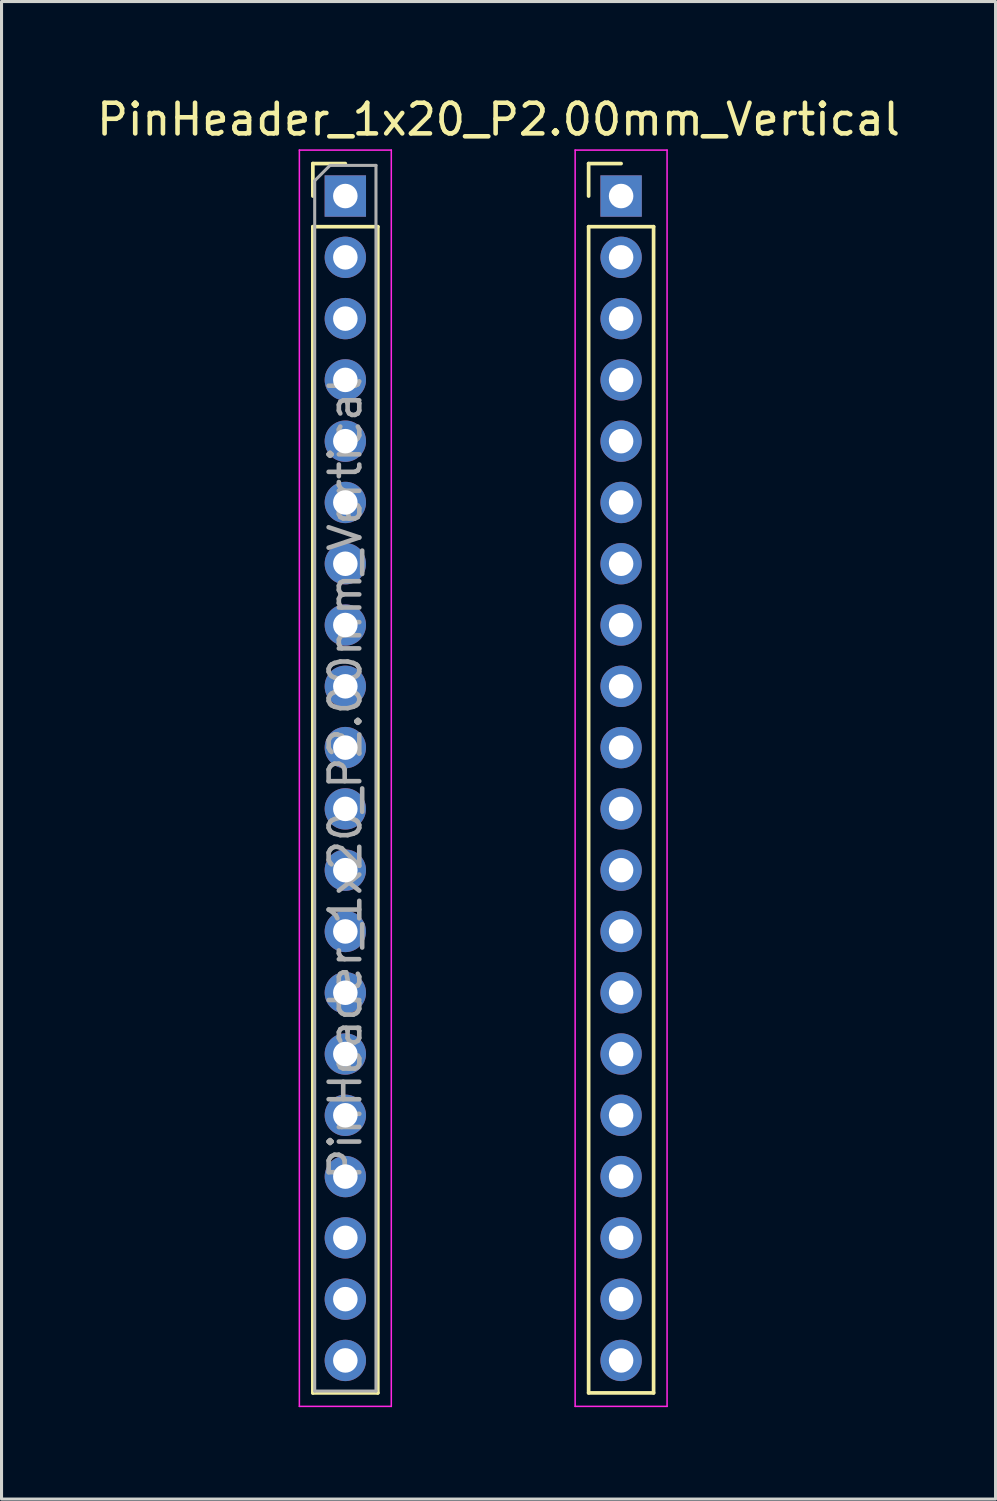
<source format=kicad_pcb>
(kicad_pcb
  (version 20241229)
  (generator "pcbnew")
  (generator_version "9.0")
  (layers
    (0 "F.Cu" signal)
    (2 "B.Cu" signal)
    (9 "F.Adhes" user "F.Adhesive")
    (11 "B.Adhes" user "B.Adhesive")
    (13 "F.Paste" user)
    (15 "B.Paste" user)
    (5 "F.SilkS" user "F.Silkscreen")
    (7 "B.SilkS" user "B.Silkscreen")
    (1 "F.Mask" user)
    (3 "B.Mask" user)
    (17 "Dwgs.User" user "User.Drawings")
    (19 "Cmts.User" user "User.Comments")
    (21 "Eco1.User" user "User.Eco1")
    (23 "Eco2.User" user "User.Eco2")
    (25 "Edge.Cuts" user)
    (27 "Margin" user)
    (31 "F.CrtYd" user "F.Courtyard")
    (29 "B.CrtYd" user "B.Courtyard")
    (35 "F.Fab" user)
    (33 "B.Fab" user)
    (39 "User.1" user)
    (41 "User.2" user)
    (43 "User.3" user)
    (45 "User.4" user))
  (footprint "PinHeader_1x20_P2.00mm_Vertical"
    (layer "F.Cu")
    (at 8.22 3.348)
    (property "Reference" "PinHeader_1x20_P2.00mm_Vertical" (at 5 -2.5 0) (layer "F.SilkS") (effects (font (size 1 1) (thickness 0.15))))
    (attr through_hole)
    (fp_line (start -1.06 -1.06) (end 0 -1.06) (stroke (width 0.12) (type solid)) (layer "F.SilkS"))
    (fp_line (start -1.06 0) (end -1.06 -1.06) (stroke (width 0.12) (type solid)) (layer "F.SilkS"))
    (fp_line (start -1.06 1) (end -1.06 39.06) (stroke (width 0.12) (type solid)) (layer "F.SilkS"))
    (fp_line (start -1.06 1) (end 1.06 1) (stroke (width 0.12) (type solid)) (layer "F.SilkS"))
    (fp_line (start -1.06 39.06) (end 1.06 39.06) (stroke (width 0.12) (type solid)) (layer "F.SilkS"))
    (fp_line (start 1.06 1) (end 1.06 39.06) (stroke (width 0.12) (type solid)) (layer "F.SilkS"))
    (fp_line (start 7.94 -1.06) (end 9 -1.06) (stroke (width 0.12) (type solid)) (layer "F.SilkS"))
    (fp_line (start 7.94 0) (end 7.94 -1.06) (stroke (width 0.12) (type solid)) (layer "F.SilkS"))
    (fp_line (start 7.94 1) (end 7.94 39.06) (stroke (width 0.12) (type solid)) (layer "F.SilkS"))
    (fp_line (start 7.94 1) (end 10.06 1) (stroke (width 0.12) (type solid)) (layer "F.SilkS"))
    (fp_line (start 7.94 39.06) (end 10.06 39.06) (stroke (width 0.12) (type solid)) (layer "F.SilkS"))
    (fp_line (start 10.06 1) (end 10.06 39.06) (stroke (width 0.12) (type solid)) (layer "F.SilkS"))
    (fp_line (start -1.5 -1.5) (end -1.5 39.5) (stroke (width 0.05) (type solid)) (layer "F.CrtYd"))
    (fp_line (start -1.5 39.5) (end 1.5 39.5) (stroke (width 0.05) (type solid)) (layer "F.CrtYd"))
    (fp_line (start 1.5 -1.5) (end -1.5 -1.5) (stroke (width 0.05) (type solid)) (layer "F.CrtYd"))
    (fp_line (start 1.5 39.5) (end 1.5 -1.5) (stroke (width 0.05) (type solid)) (layer "F.CrtYd"))
    (fp_line (start 7.5 -1.5) (end 7.5 39.5) (stroke (width 0.05) (type solid)) (layer "F.CrtYd"))
    (fp_line (start 7.5 39.5) (end 10.5 39.5) (stroke (width 0.05) (type solid)) (layer "F.CrtYd"))
    (fp_line (start 10.5 -1.5) (end 7.5 -1.5) (stroke (width 0.05) (type solid)) (layer "F.CrtYd"))
    (fp_line (start 10.5 39.5) (end 10.5 -1.5) (stroke (width 0.05) (type solid)) (layer "F.CrtYd"))
    (fp_line (start -1 -0.5) (end -0.5 -1) (stroke (width 0.1) (type solid)) (layer "F.Fab"))
    (fp_line (start -1 39) (end -1 -0.5) (stroke (width 0.1) (type solid)) (layer "F.Fab"))
    (fp_line (start -0.5 -1) (end 1 -1) (stroke (width 0.1) (type solid)) (layer "F.Fab"))
    (fp_line (start 1 -1) (end 1 39) (stroke (width 0.1) (type solid)) (layer "F.Fab"))
    (fp_line (start 1 39) (end -1 39) (stroke (width 0.1) (type solid)) (layer "F.Fab"))
    (fp_text user "${REFERENCE}" (at 0 19 90) (layer "F.Fab") (effects (font (size 1 1) (thickness 0.15))))
    (pad "1" thru_hole rect (at 0 0) (size 1.35 1.35) (drill 0.8) (layers "*.Cu" "*.Mask"))
    (pad "1" thru_hole rect (at 9 0) (size 1.35 1.35) (drill 0.8) (layers "*.Cu" "*.Mask"))
    (pad "2" thru_hole oval (at 0 2) (size 1.35 1.35) (drill 0.8) (layers "*.Cu" "*.Mask"))
    (pad "2" thru_hole oval (at 9 2) (size 1.35 1.35) (drill 0.8) (layers "*.Cu" "*.Mask"))
    (pad "3" thru_hole oval (at 0 4) (size 1.35 1.35) (drill 0.8) (layers "*.Cu" "*.Mask"))
    (pad "3" thru_hole oval (at 9 4) (size 1.35 1.35) (drill 0.8) (layers "*.Cu" "*.Mask"))
    (pad "4" thru_hole oval (at 0 6) (size 1.35 1.35) (drill 0.8) (layers "*.Cu" "*.Mask"))
    (pad "4" thru_hole oval (at 9 6) (size 1.35 1.35) (drill 0.8) (layers "*.Cu" "*.Mask"))
    (pad "5" thru_hole oval (at 0 8) (size 1.35 1.35) (drill 0.8) (layers "*.Cu" "*.Mask"))
    (pad "5" thru_hole oval (at 9 8) (size 1.35 1.35) (drill 0.8) (layers "*.Cu" "*.Mask"))
    (pad "6" thru_hole oval (at 0 10) (size 1.35 1.35) (drill 0.8) (layers "*.Cu" "*.Mask"))
    (pad "6" thru_hole oval (at 9 10) (size 1.35 1.35) (drill 0.8) (layers "*.Cu" "*.Mask"))
    (pad "7" thru_hole oval (at 0 12) (size 1.35 1.35) (drill 0.8) (layers "*.Cu" "*.Mask"))
    (pad "7" thru_hole oval (at 9 12) (size 1.35 1.35) (drill 0.8) (layers "*.Cu" "*.Mask"))
    (pad "8" thru_hole oval (at 0 14) (size 1.35 1.35) (drill 0.8) (layers "*.Cu" "*.Mask"))
    (pad "8" thru_hole oval (at 9 14) (size 1.35 1.35) (drill 0.8) (layers "*.Cu" "*.Mask"))
    (pad "9" thru_hole oval (at 0 16) (size 1.35 1.35) (drill 0.8) (layers "*.Cu" "*.Mask"))
    (pad "9" thru_hole oval (at 9 16) (size 1.35 1.35) (drill 0.8) (layers "*.Cu" "*.Mask"))
    (pad "10" thru_hole oval (at 0 18) (size 1.35 1.35) (drill 0.8) (layers "*.Cu" "*.Mask"))
    (pad "10" thru_hole oval (at 9 18) (size 1.35 1.35) (drill 0.8) (layers "*.Cu" "*.Mask"))
    (pad "11" thru_hole oval (at 0 20) (size 1.35 1.35) (drill 0.8) (layers "*.Cu" "*.Mask"))
    (pad "11" thru_hole oval (at 9 20) (size 1.35 1.35) (drill 0.8) (layers "*.Cu" "*.Mask"))
    (pad "12" thru_hole oval (at 0 22) (size 1.35 1.35) (drill 0.8) (layers "*.Cu" "*.Mask"))
    (pad "12" thru_hole oval (at 9 22) (size 1.35 1.35) (drill 0.8) (layers "*.Cu" "*.Mask"))
    (pad "13" thru_hole oval (at 0 24) (size 1.35 1.35) (drill 0.8) (layers "*.Cu" "*.Mask"))
    (pad "13" thru_hole oval (at 9 24) (size 1.35 1.35) (drill 0.8) (layers "*.Cu" "*.Mask"))
    (pad "14" thru_hole oval (at 0 26) (size 1.35 1.35) (drill 0.8) (layers "*.Cu" "*.Mask"))
    (pad "14" thru_hole oval (at 9 26) (size 1.35 1.35) (drill 0.8) (layers "*.Cu" "*.Mask"))
    (pad "15" thru_hole oval (at 0 28) (size 1.35 1.35) (drill 0.8) (layers "*.Cu" "*.Mask"))
    (pad "15" thru_hole oval (at 9 28) (size 1.35 1.35) (drill 0.8) (layers "*.Cu" "*.Mask"))
    (pad "16" thru_hole oval (at 0 30) (size 1.35 1.35) (drill 0.8) (layers "*.Cu" "*.Mask"))
    (pad "16" thru_hole oval (at 9 30) (size 1.35 1.35) (drill 0.8) (layers "*.Cu" "*.Mask"))
    (pad "17" thru_hole oval (at 0 32) (size 1.35 1.35) (drill 0.8) (layers "*.Cu" "*.Mask"))
    (pad "17" thru_hole oval (at 9 32) (size 1.35 1.35) (drill 0.8) (layers "*.Cu" "*.Mask"))
    (pad "18" thru_hole oval (at 0 34) (size 1.35 1.35) (drill 0.8) (layers "*.Cu" "*.Mask"))
    (pad "18" thru_hole oval (at 9 34) (size 1.35 1.35) (drill 0.8) (layers "*.Cu" "*.Mask"))
    (pad "19" thru_hole oval (at 0 36) (size 1.35 1.35) (drill 0.8) (layers "*.Cu" "*.Mask"))
    (pad "19" thru_hole oval (at 9 36) (size 1.35 1.35) (drill 0.8) (layers "*.Cu" "*.Mask"))
    (pad "20" thru_hole oval (at 0 38) (size 1.35 1.35) (drill 0.8) (layers "*.Cu" "*.Mask"))
    (pad "20" thru_hole oval (at 9 38) (size 1.35 1.35) (drill 0.8) (layers "*.Cu" "*.Mask")))
  (gr_rect
    (start -3 -3)
    (end 29.44 45.873)
    (stroke (width 0.1) (type default))
    (fill no)
    (layer "Edge.Cuts")))
</source>
